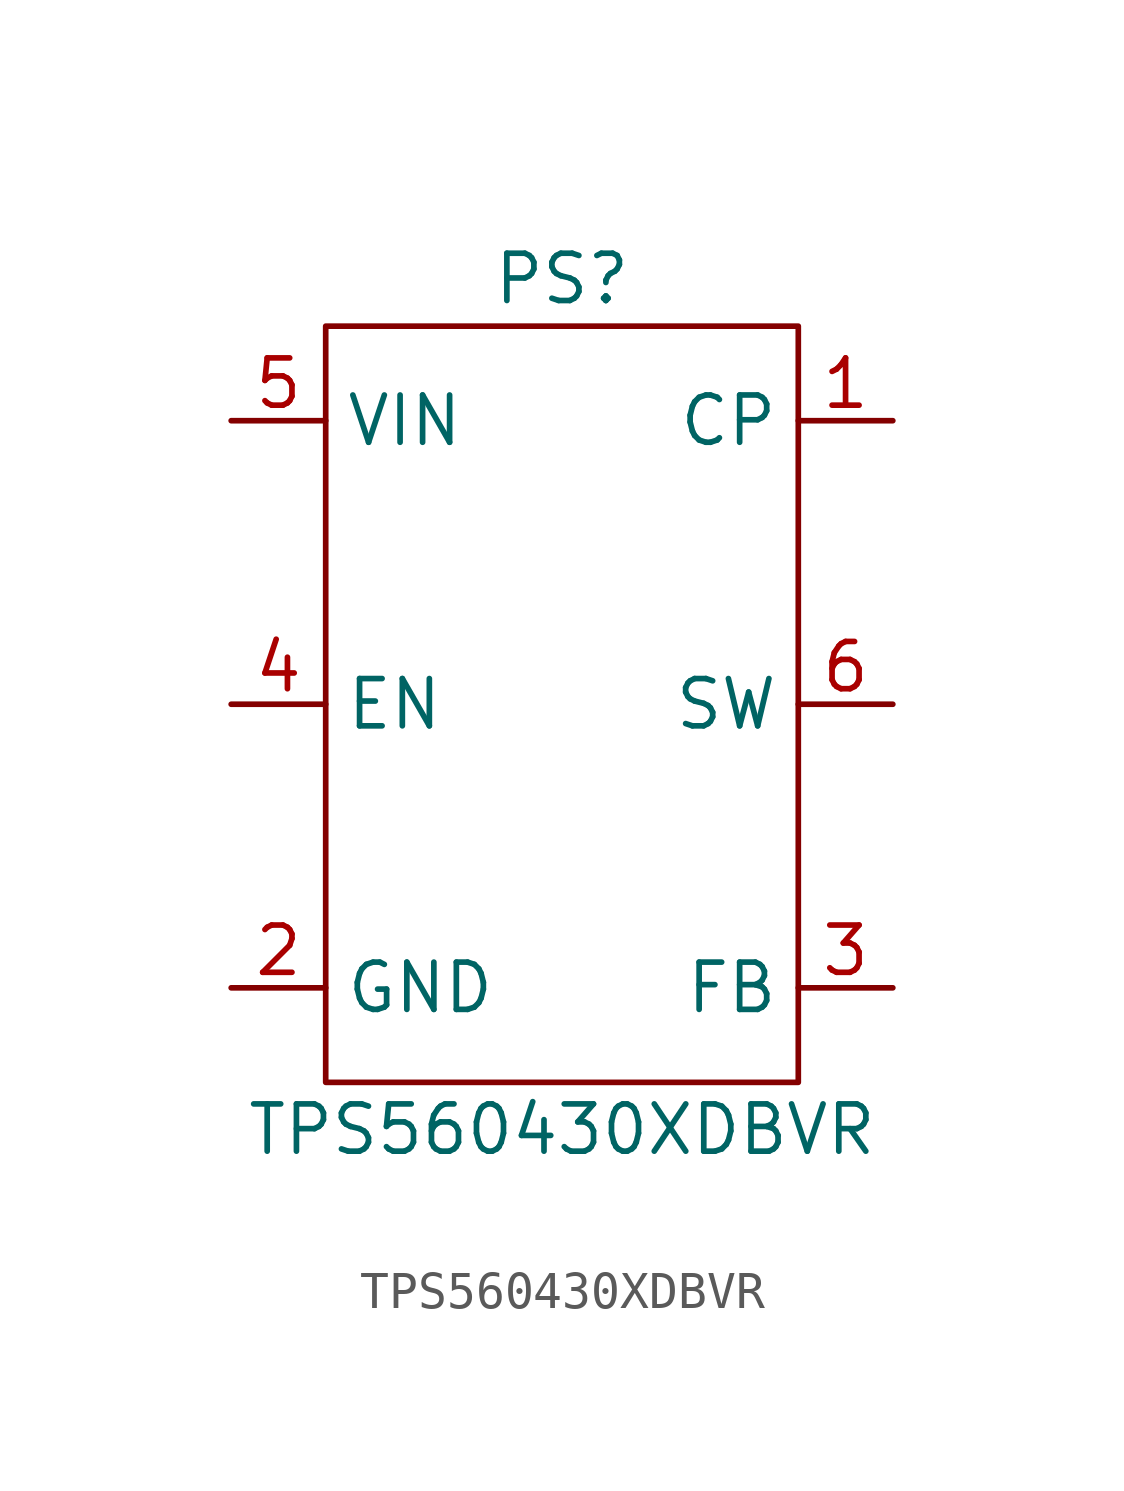
<source format=kicad_sym>
(kicad_symbol_lib
  (version 20220914)
  (generator kicad_symbol_editor)
  (symbol "TPS560430XDBVR"
    (property "Reference" "PS"
      (at 0 15.24 0)
      (effects (font (size 1.27 1.27))))
    (property "Value" "TPS560430XDBVR"
      (at 0 -7.62 0)
      (effects (font (size 1.27 1.27))))
    (symbol "TPS560430XDBVR_0_1"
      (rectangle (start -6.35 13.97) (end 6.35 -6.35) (stroke (width 0) (type default)) (fill (type none))))
    (symbol "TPS560430XDBVR_1_1"
      (pin passive line (at 8.89 11.43 180) (length 2.54) (name "CP" (effects (font (size 1.27 1.27)))) (number "1" (effects (font (size 1.27 1.27)))))
      (pin power_in line (at -8.89 -3.81 0) (length 2.54) (name "GND" (effects (font (size 1.27 1.27)))) (number "2" (effects (font (size 1.27 1.27)))))
      (pin input line (at 8.89 -3.81 180) (length 2.54) (name "FB" (effects (font (size 1.27 1.27)))) (number "3" (effects (font (size 1.27 1.27)))))
      (pin input line (at -8.89 3.81 0) (length 2.54) (name "EN" (effects (font (size 1.27 1.27)))) (number "4" (effects (font (size 1.27 1.27)))))
      (pin power_in line (at -8.89 11.43 0) (length 2.54) (name "VIN" (effects (font (size 1.27 1.27)))) (number "5" (effects (font (size 1.27 1.27)))))
      (pin power_out line (at 8.89 3.81 180) (length 2.54) (name "SW" (effects (font (size 1.27 1.27)))) (number "6" (effects (font (size 1.27 1.27))))))))
</source>
